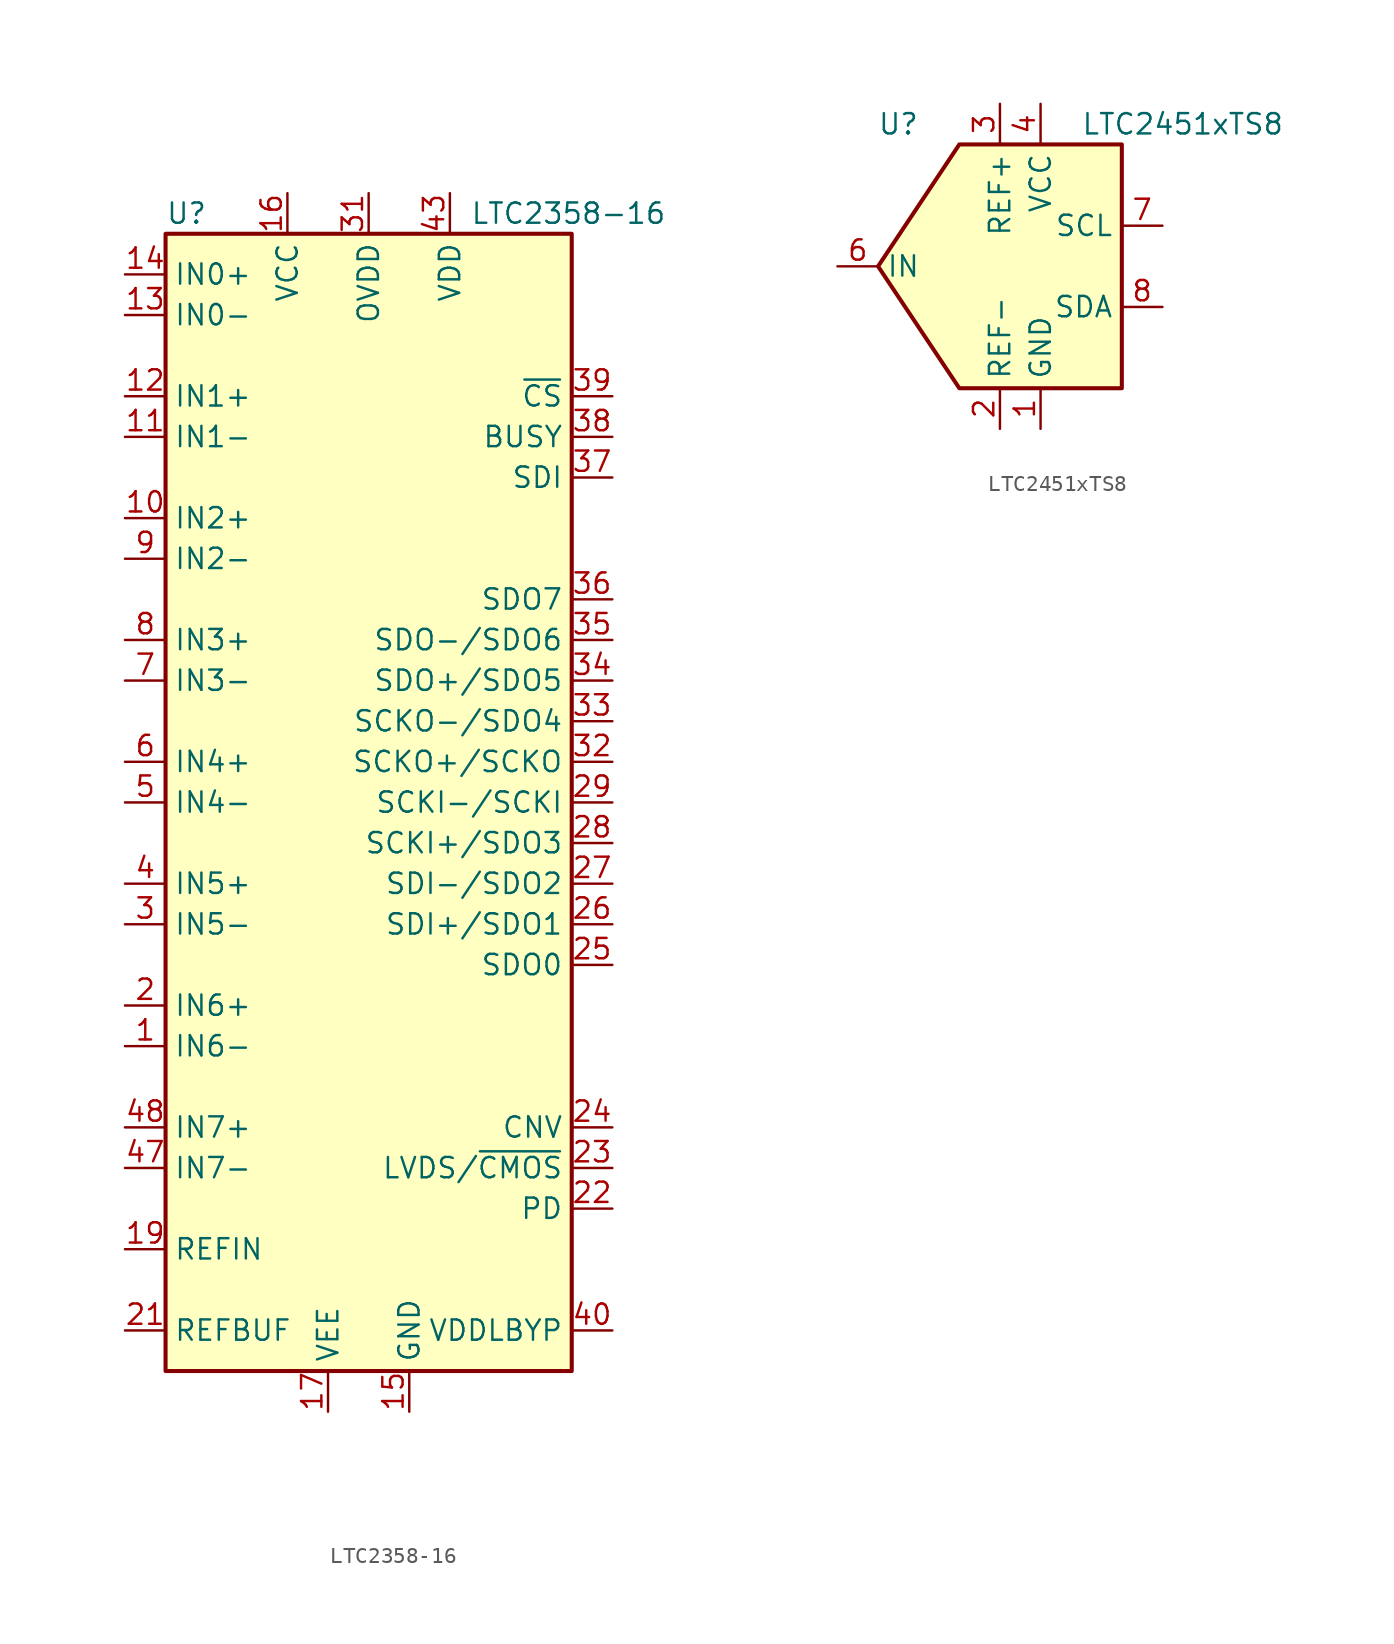
<source format=kicad_sym>
(kicad_symbol_lib
  (version 20220914)
  (generator kicad_symbol_editor)
  (symbol "LTC2358-16"
    (property "Reference" "U"
      (at -12.7 36.83 0)
      (effects (font (size 1.27 1.27)) (justify left)))
    (property "Value" "LTC2358-16"
      (at 6.35 36.83 0)
      (effects (font (size 1.27 1.27)) (justify left)))
    (symbol "LTC2358-16_0_1"
      (rectangle (start -12.7 35.56) (end 12.7 -35.56) (stroke (width 0.254) (type default)) (fill (type background))))
    (symbol "LTC2358-16_1_1"
      (pin input line (at -15.24 -15.24 0) (length 2.54) (name "IN6-" (effects (font (size 1.27 1.27)))) (number "1" (effects (font (size 1.27 1.27)))))
      (pin input line (at -15.24 17.78 0) (length 2.54) (name "IN2+" (effects (font (size 1.27 1.27)))) (number "10" (effects (font (size 1.27 1.27)))))
      (pin input line (at -15.24 22.86 0) (length 2.54) (name "IN1-" (effects (font (size 1.27 1.27)))) (number "11" (effects (font (size 1.27 1.27)))))
      (pin input line (at -15.24 25.4 0) (length 2.54) (name "IN1+" (effects (font (size 1.27 1.27)))) (number "12" (effects (font (size 1.27 1.27)))))
      (pin input line (at -15.24 30.48 0) (length 2.54) (name "IN0-" (effects (font (size 1.27 1.27)))) (number "13" (effects (font (size 1.27 1.27)))))
      (pin input line (at -15.24 33.02 0) (length 2.54) (name "IN0+" (effects (font (size 1.27 1.27)))) (number "14" (effects (font (size 1.27 1.27)))))
      (pin power_in line (at 2.54 -38.1 90) (length 2.54) (name "GND" (effects (font (size 1.27 1.27)))) (number "15" (effects (font (size 1.27 1.27)))))
      (pin power_in line (at -5.08 38.1 270) (length 2.54) (name "VCC" (effects (font (size 1.27 1.27)))) (number "16" (effects (font (size 1.27 1.27)))))
      (pin power_in line (at -2.54 -38.1 90) (length 2.54) (name "VEE" (effects (font (size 1.27 1.27)))) (number "17" (effects (font (size 1.27 1.27)))))
      (pin passive line (at 2.54 -38.1 90) (length 2.54) hide (name "GND" (effects (font (size 1.27 1.27)))) (number "18" (effects (font (size 1.27 1.27)))))
      (pin passive line (at -15.24 -27.94 0) (length 2.54) (name "REFIN" (effects (font (size 1.27 1.27)))) (number "19" (effects (font (size 1.27 1.27)))))
      (pin input line (at -15.24 -12.7 0) (length 2.54) (name "IN6+" (effects (font (size 1.27 1.27)))) (number "2" (effects (font (size 1.27 1.27)))))
      (pin passive line (at 2.54 -38.1 90) (length 2.54) hide (name "GND" (effects (font (size 1.27 1.27)))) (number "20" (effects (font (size 1.27 1.27)))))
      (pin passive line (at -15.24 -33.02 0) (length 2.54) (name "REFBUF" (effects (font (size 1.27 1.27)))) (number "21" (effects (font (size 1.27 1.27)))))
      (pin input line (at 15.24 -25.4 180) (length 2.54) (name "PD" (effects (font (size 1.27 1.27)))) (number "22" (effects (font (size 1.27 1.27)))))
      (pin input line (at 15.24 -22.86 180) (length 2.54) (name "LVDS/~{CMOS}" (effects (font (size 1.27 1.27)))) (number "23" (effects (font (size 1.27 1.27)))))
      (pin input line (at 15.24 -20.32 180) (length 2.54) (name "CNV" (effects (font (size 1.27 1.27)))) (number "24" (effects (font (size 1.27 1.27)))))
      (pin tri_state line (at 15.24 -10.16 180) (length 2.54) (name "SDO0" (effects (font (size 1.27 1.27)))) (number "25" (effects (font (size 1.27 1.27)))))
      (pin bidirectional line (at 15.24 -7.62 180) (length 2.54) (name "SDI+/SDO1" (effects (font (size 1.27 1.27)))) (number "26" (effects (font (size 1.27 1.27)))))
      (pin bidirectional line (at 15.24 -5.08 180) (length 2.54) (name "SDI-/SDO2" (effects (font (size 1.27 1.27)))) (number "27" (effects (font (size 1.27 1.27)))))
      (pin bidirectional line (at 15.24 -2.54 180) (length 2.54) (name "SCKI+/SDO3" (effects (font (size 1.27 1.27)))) (number "28" (effects (font (size 1.27 1.27)))))
      (pin input line (at 15.24 0 180) (length 2.54) (name "SCKI-/SCKI" (effects (font (size 1.27 1.27)))) (number "29" (effects (font (size 1.27 1.27)))))
      (pin input line (at -15.24 -7.62 0) (length 2.54) (name "IN5-" (effects (font (size 1.27 1.27)))) (number "3" (effects (font (size 1.27 1.27)))))
      (pin passive line (at 2.54 -38.1 90) (length 2.54) hide (name "GND" (effects (font (size 1.27 1.27)))) (number "30" (effects (font (size 1.27 1.27)))))
      (pin power_in line (at 0 38.1 270) (length 2.54) (name "OVDD" (effects (font (size 1.27 1.27)))) (number "31" (effects (font (size 1.27 1.27)))))
      (pin tri_state line (at 15.24 2.54 180) (length 2.54) (name "SCKO+/SCKO" (effects (font (size 1.27 1.27)))) (number "32" (effects (font (size 1.27 1.27)))))
      (pin tri_state line (at 15.24 5.08 180) (length 2.54) (name "SCKO-/SDO4" (effects (font (size 1.27 1.27)))) (number "33" (effects (font (size 1.27 1.27)))))
      (pin tri_state line (at 15.24 7.62 180) (length 2.54) (name "SDO+/SDO5" (effects (font (size 1.27 1.27)))) (number "34" (effects (font (size 1.27 1.27)))))
      (pin tri_state line (at 15.24 10.16 180) (length 2.54) (name "SDO-/SDO6" (effects (font (size 1.27 1.27)))) (number "35" (effects (font (size 1.27 1.27)))))
      (pin tri_state line (at 15.24 12.7 180) (length 2.54) (name "SDO7" (effects (font (size 1.27 1.27)))) (number "36" (effects (font (size 1.27 1.27)))))
      (pin input line (at 15.24 20.32 180) (length 2.54) (name "SDI" (effects (font (size 1.27 1.27)))) (number "37" (effects (font (size 1.27 1.27)))))
      (pin output line (at 15.24 22.86 180) (length 2.54) (name "BUSY" (effects (font (size 1.27 1.27)))) (number "38" (effects (font (size 1.27 1.27)))))
      (pin input line (at 15.24 25.4 180) (length 2.54) (name "~{CS}" (effects (font (size 1.27 1.27)))) (number "39" (effects (font (size 1.27 1.27)))))
      (pin input line (at -15.24 -5.08 0) (length 2.54) (name "IN5+" (effects (font (size 1.27 1.27)))) (number "4" (effects (font (size 1.27 1.27)))))
      (pin passive line (at 15.24 -33.02 180) (length 2.54) (name "VDDLBYP" (effects (font (size 1.27 1.27)))) (number "40" (effects (font (size 1.27 1.27)))))
      (pin passive line (at 2.54 -38.1 90) (length 2.54) hide (name "GND" (effects (font (size 1.27 1.27)))) (number "41" (effects (font (size 1.27 1.27)))))
      (pin passive line (at 5.08 38.1 270) (length 2.54) hide (name "VDD" (effects (font (size 1.27 1.27)))) (number "42" (effects (font (size 1.27 1.27)))))
      (pin power_in line (at 5.08 38.1 270) (length 2.54) (name "VDD" (effects (font (size 1.27 1.27)))) (number "43" (effects (font (size 1.27 1.27)))))
      (pin passive line (at 2.54 -38.1 90) (length 2.54) hide (name "GND" (effects (font (size 1.27 1.27)))) (number "44" (effects (font (size 1.27 1.27)))))
      (pin passive line (at -2.54 -38.1 90) (length 2.54) hide (name "VEE" (effects (font (size 1.27 1.27)))) (number "45" (effects (font (size 1.27 1.27)))))
      (pin passive line (at 2.54 -38.1 90) (length 2.54) hide (name "GND" (effects (font (size 1.27 1.27)))) (number "46" (effects (font (size 1.27 1.27)))))
      (pin input line (at -15.24 -22.86 0) (length 2.54) (name "IN7-" (effects (font (size 1.27 1.27)))) (number "47" (effects (font (size 1.27 1.27)))))
      (pin input line (at -15.24 -20.32 0) (length 2.54) (name "IN7+" (effects (font (size 1.27 1.27)))) (number "48" (effects (font (size 1.27 1.27)))))
      (pin input line (at -15.24 0 0) (length 2.54) (name "IN4-" (effects (font (size 1.27 1.27)))) (number "5" (effects (font (size 1.27 1.27)))))
      (pin input line (at -15.24 2.54 0) (length 2.54) (name "IN4+" (effects (font (size 1.27 1.27)))) (number "6" (effects (font (size 1.27 1.27)))))
      (pin input line (at -15.24 7.62 0) (length 2.54) (name "IN3-" (effects (font (size 1.27 1.27)))) (number "7" (effects (font (size 1.27 1.27)))))
      (pin input line (at -15.24 10.16 0) (length 2.54) (name "IN3+" (effects (font (size 1.27 1.27)))) (number "8" (effects (font (size 1.27 1.27)))))
      (pin input line (at -15.24 15.24 0) (length 2.54) (name "IN2-" (effects (font (size 1.27 1.27)))) (number "9" (effects (font (size 1.27 1.27)))))))
  (symbol "LTC2451xTS8"
    (property "Reference" "U"
      (at -6.35 8.89 0)
      (effects (font (size 1.27 1.27))))
    (property "Value" "LTC2451xTS8"
      (at 11.43 8.89 0)
      (effects (font (size 1.27 1.27))))
    (symbol "LTC2451xTS8_1_1"
      (polyline (pts (xy -2.54 7.62) (xy 3.81 7.62) (xy 7.62 7.62) (xy 7.62 -7.62) (xy -2.54 -7.62) (xy -7.62 0) (xy -2.54 7.62)) (stroke (width 0.254) (type default)) (fill (type background)))
      (pin power_in line (at 2.54 -10.16 90) (length 2.54) (name "GND" (effects (font (size 1.27 1.27)))) (number "1" (effects (font (size 1.27 1.27)))))
      (pin power_in line (at 0 -10.16 90) (length 2.54) (name "REF-" (effects (font (size 1.27 1.27)))) (number "2" (effects (font (size 1.27 1.27)))))
      (pin power_in line (at 0 10.16 270) (length 2.54) (name "REF+" (effects (font (size 1.27 1.27)))) (number "3" (effects (font (size 1.27 1.27)))))
      (pin power_in line (at 2.54 10.16 270) (length 2.54) (name "VCC" (effects (font (size 1.27 1.27)))) (number "4" (effects (font (size 1.27 1.27)))))
      (pin passive line (at 2.54 -10.16 90) (length 2.54) hide (name "GND" (effects (font (size 1.27 1.27)))) (number "5" (effects (font (size 1.27 1.27)))))
      (pin input line (at -10.16 0 0) (length 2.54) (name "IN" (effects (font (size 1.27 1.27)))) (number "6" (effects (font (size 1.27 1.27)))))
      (pin input line (at 10.16 2.54 180) (length 2.54) (name "SCL" (effects (font (size 1.27 1.27)))) (number "7" (effects (font (size 1.27 1.27)))))
      (pin bidirectional line (at 10.16 -2.54 180) (length 2.54) (name "SDA" (effects (font (size 1.27 1.27)))) (number "8" (effects (font (size 1.27 1.27))))))))
</source>
